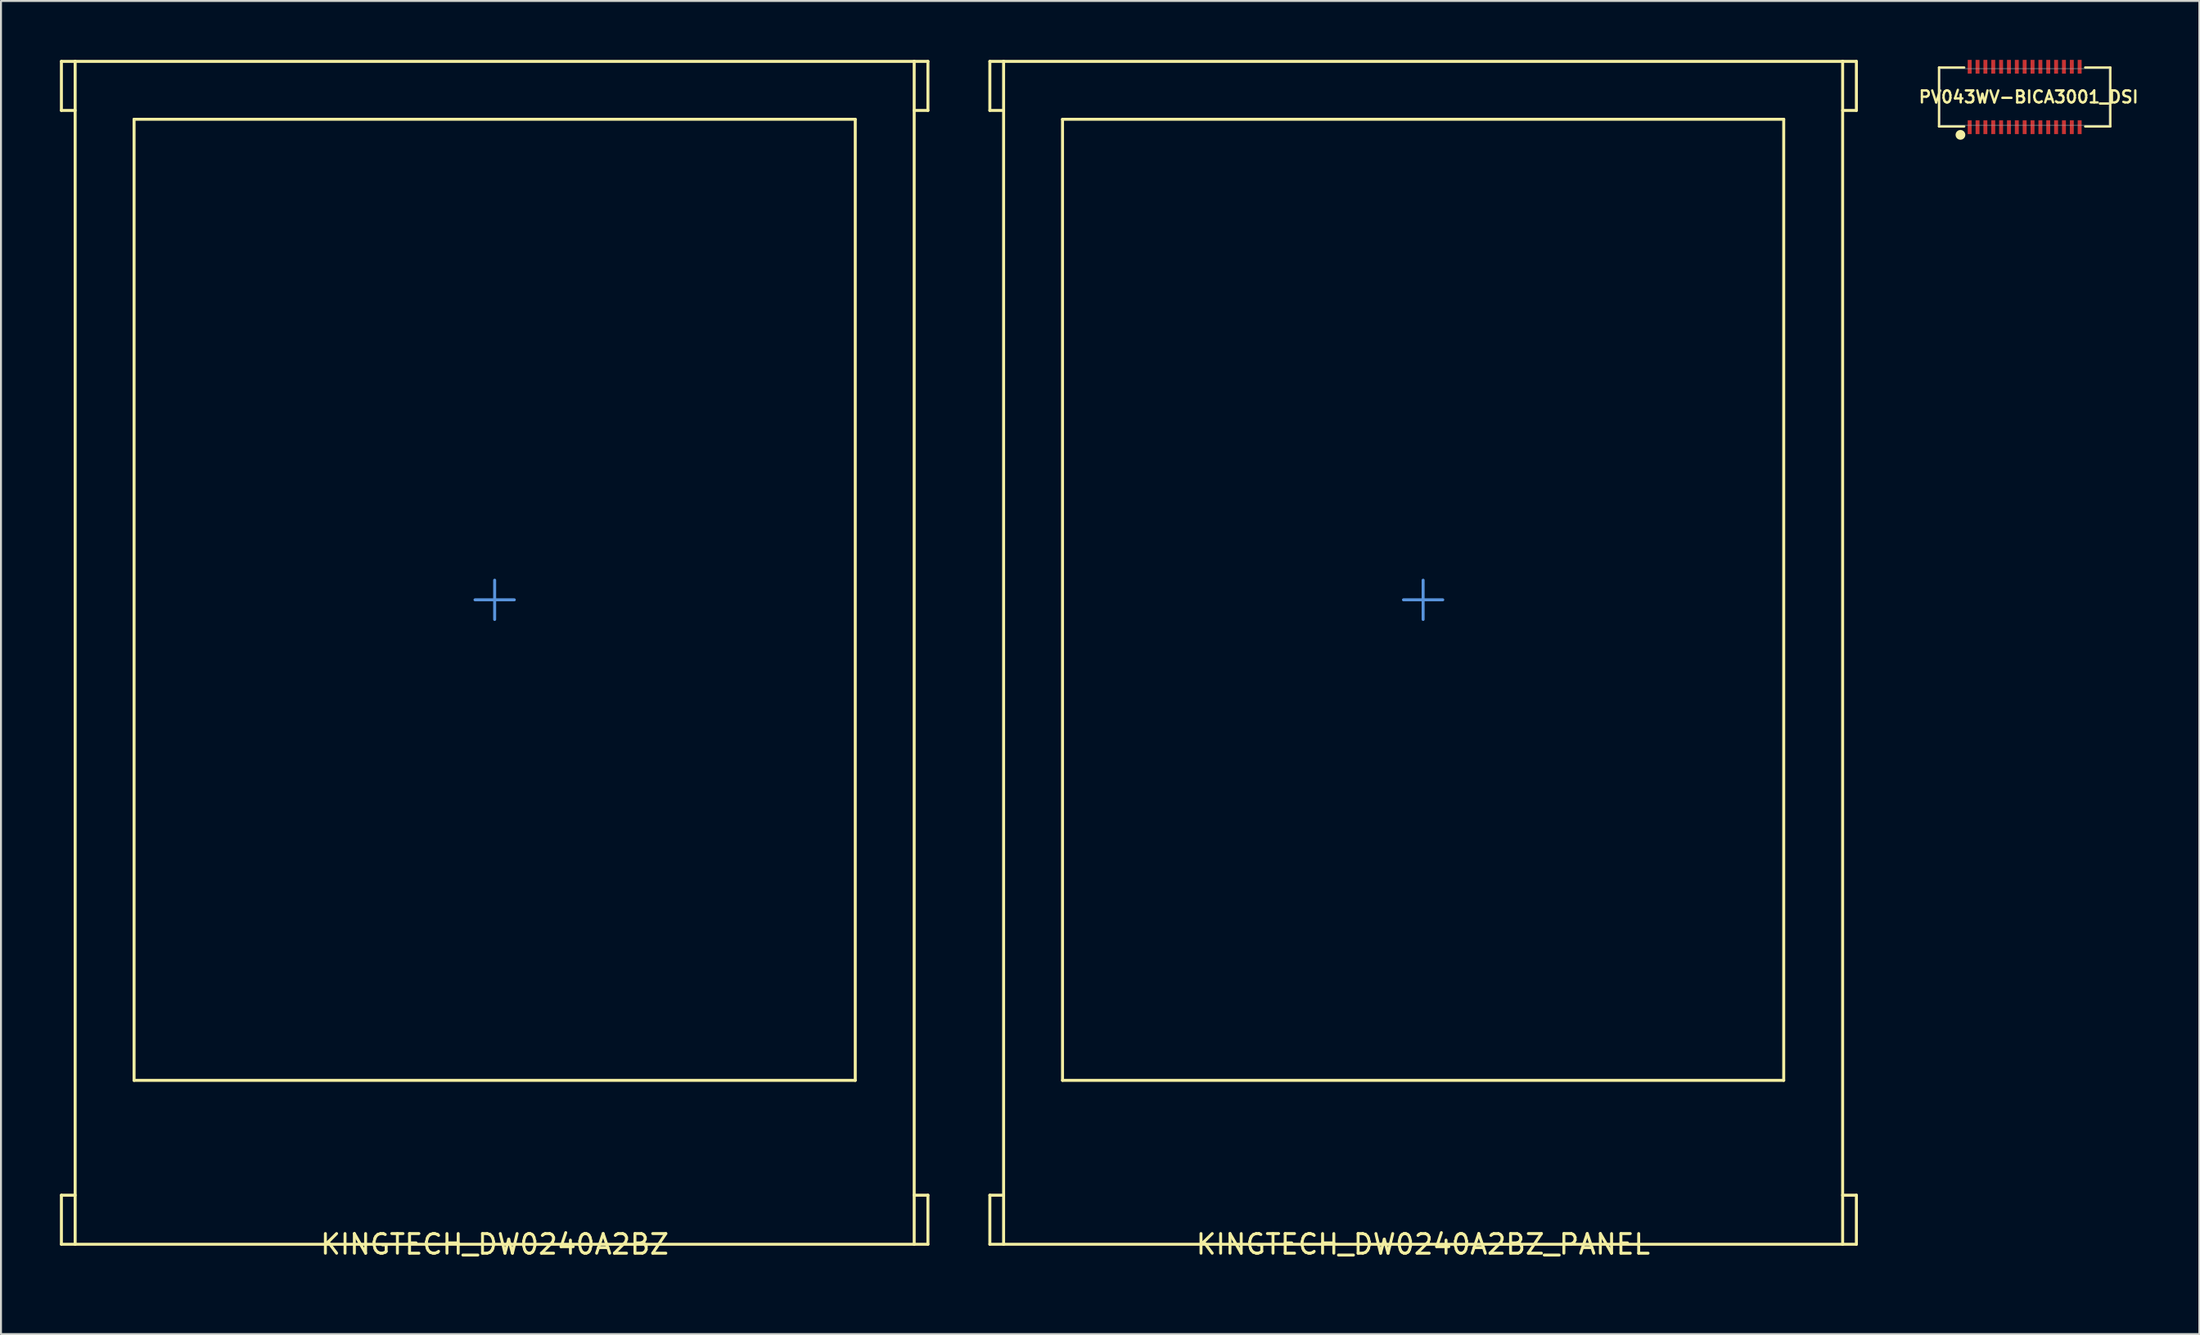
<source format=kicad_pcb>
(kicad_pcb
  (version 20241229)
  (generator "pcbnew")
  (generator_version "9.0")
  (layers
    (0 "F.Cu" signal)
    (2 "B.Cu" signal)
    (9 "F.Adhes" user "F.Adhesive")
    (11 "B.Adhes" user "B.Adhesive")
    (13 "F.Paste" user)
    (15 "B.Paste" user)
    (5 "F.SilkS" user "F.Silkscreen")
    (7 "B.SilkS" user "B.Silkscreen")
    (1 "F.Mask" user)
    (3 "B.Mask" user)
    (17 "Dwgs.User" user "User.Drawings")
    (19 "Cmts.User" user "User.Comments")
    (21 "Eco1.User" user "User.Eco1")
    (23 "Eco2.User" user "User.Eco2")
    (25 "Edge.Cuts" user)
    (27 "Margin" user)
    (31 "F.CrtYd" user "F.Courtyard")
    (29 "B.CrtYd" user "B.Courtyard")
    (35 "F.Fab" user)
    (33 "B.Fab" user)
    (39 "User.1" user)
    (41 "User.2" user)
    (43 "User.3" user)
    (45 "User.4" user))
  (footprint "KINGTECH_DW0240A2BZ"
    (layer "F.Cu")
    (at 22.136 60.336)
    (property "Reference" "KINGTECH_DW0240A2BZ" (at 0 0 0) (layer "F.SilkS") (effects (font (size 1 1) (thickness 0.15))))
    (attr through_hole)
    (fp_line (start -22.06 -60.26) (end -22.06 -57.76) (stroke (width 0.152) (type solid)) (layer "F.SilkS"))
    (fp_line (start -22.06 -57.76) (end -21.36 -57.76) (stroke (width 0.152) (type solid)) (layer "F.SilkS"))
    (fp_line (start -22.06 -2.5) (end -21.36 -2.5) (stroke (width 0.152) (type solid)) (layer "F.SilkS"))
    (fp_line (start -22.06 0) (end -22.06 -2.5) (stroke (width 0.152) (type solid)) (layer "F.SilkS"))
    (fp_line (start -21.36 -60.26) (end -22.06 -60.26) (stroke (width 0.152) (type solid)) (layer "F.SilkS"))
    (fp_line (start -21.36 -60.26) (end 21.36 -60.26) (stroke (width 0.152) (type solid)) (layer "F.SilkS"))
    (fp_line (start -21.36 0) (end -22.06 0) (stroke (width 0.152) (type solid)) (layer "F.SilkS"))
    (fp_line (start -21.36 0) (end -21.36 -60.26) (stroke (width 0.152) (type solid)) (layer "F.SilkS"))
    (fp_line (start -18.36 -57.31) (end 18.36 -57.31) (stroke (width 0.152) (type solid)) (layer "F.SilkS"))
    (fp_line (start -18.36 -8.35) (end -18.36 -57.31) (stroke (width 0.152) (type solid)) (layer "F.SilkS"))
    (fp_line (start 18.36 -57.31) (end 18.36 -8.35) (stroke (width 0.152) (type solid)) (layer "F.SilkS"))
    (fp_line (start 18.36 -8.35) (end -18.36 -8.35) (stroke (width 0.152) (type solid)) (layer "F.SilkS"))
    (fp_line (start 21.36 -60.26) (end 21.36 0) (stroke (width 0.152) (type solid)) (layer "F.SilkS"))
    (fp_line (start 21.36 -60.26) (end 22.06 -60.26) (stroke (width 0.152) (type solid)) (layer "F.SilkS"))
    (fp_line (start 21.36 0) (end -21.36 0) (stroke (width 0.152) (type solid)) (layer "F.SilkS"))
    (fp_line (start 21.36 0) (end 22.06 0) (stroke (width 0.152) (type solid)) (layer "F.SilkS"))
    (fp_line (start 22.06 -60.26) (end 22.06 -57.76) (stroke (width 0.152) (type solid)) (layer "F.SilkS"))
    (fp_line (start 22.06 -57.76) (end 21.36 -57.76) (stroke (width 0.152) (type solid)) (layer "F.SilkS"))
    (fp_line (start 22.06 -2.5) (end 21.36 -2.5) (stroke (width 0.152) (type solid)) (layer "F.SilkS"))
    (fp_line (start 22.06 0) (end 22.06 -2.5) (stroke (width 0.152) (type solid)) (layer "F.SilkS"))
    (fp_line (start -1 -32.83) (end 1 -32.83) (stroke (width 0.152) (type solid)) (layer "Cmts.User"))
    (fp_line (start 0 -31.83) (end 0 -33.83) (stroke (width 0.152) (type solid)) (layer "Cmts.User"))
    (fp_line (start -10.25 0) (end -10.25 1.5) (stroke (width 0.152) (type solid)) (layer "Eco1.User"))
    (fp_line (start 10.25 0) (end 10.25 1.5) (stroke (width 0.152) (type solid)) (layer "Eco1.User"))
    (fp_line (start -12.96 -10.72) (end -10.25 -13.39) (stroke (width 0.152) (type solid)) (layer "Eco2.User"))
    (fp_line (start -12.96 -0.5) (end -12.96 -10.72) (stroke (width 0.152) (type solid)) (layer "Eco2.User"))
    (fp_line (start -10.25 -22) (end -10.25 -13.39) (stroke (width 0.152) (type solid)) (layer "Eco2.User"))
    (fp_line (start -10.25 -18) (end 10.25 -18) (stroke (width 0.152) (type solid)) (layer "Eco2.User"))
    (fp_line (start -10.25 -0.5) (end -12.96 -0.5) (stroke (width 0.152) (type solid)) (layer "Eco2.User"))
    (fp_line (start 10.25 -22) (end -10.25 -22) (stroke (width 0.152) (type solid)) (layer "Eco2.User"))
    (fp_line (start 10.25 -12.5) (end 10.25 -22) (stroke (width 0.152) (type solid)) (layer "Eco2.User"))
    (fp_line (start 10.25 -0.5) (end 18.54 -0.5) (stroke (width 0.152) (type solid)) (layer "Eco2.User"))
    (fp_line (start 18.54 -12.5) (end 10.25 -12.5) (stroke (width 0.152) (type solid)) (layer "Eco2.User"))
    (fp_line (start 18.54 -0.5) (end 18.54 -12.5) (stroke (width 0.152) (type solid)) (layer "Eco2.User")))
  (footprint "KINGTECH_DW0240A2BZ_PANEL"
    (layer "F.Cu")
    (at 69.409 60.336)
    (property "Reference" "KINGTECH_DW0240A2BZ_PANEL" (at 0 0 0) (layer "F.SilkS") (effects (font (size 1 1) (thickness 0.15))))
    (attr through_hole)
    (fp_line (start -22.06 -60.26) (end -22.06 -57.76) (stroke (width 0.152) (type solid)) (layer "F.SilkS"))
    (fp_line (start -22.06 -57.76) (end -21.36 -57.76) (stroke (width 0.152) (type solid)) (layer "F.SilkS"))
    (fp_line (start -22.06 -2.5) (end -21.36 -2.5) (stroke (width 0.152) (type solid)) (layer "F.SilkS"))
    (fp_line (start -22.06 0) (end -22.06 -2.5) (stroke (width 0.152) (type solid)) (layer "F.SilkS"))
    (fp_line (start -21.36 -60.26) (end -22.06 -60.26) (stroke (width 0.152) (type solid)) (layer "F.SilkS"))
    (fp_line (start -21.36 -60.26) (end 21.36 -60.26) (stroke (width 0.152) (type solid)) (layer "F.SilkS"))
    (fp_line (start -21.36 0) (end -22.06 0) (stroke (width 0.152) (type solid)) (layer "F.SilkS"))
    (fp_line (start -21.36 0) (end -21.36 -60.26) (stroke (width 0.152) (type solid)) (layer "F.SilkS"))
    (fp_line (start -18.36 -57.31) (end 18.36 -57.31) (stroke (width 0.152) (type solid)) (layer "F.SilkS"))
    (fp_line (start -18.36 -8.35) (end -18.36 -57.31) (stroke (width 0.152) (type solid)) (layer "F.SilkS"))
    (fp_line (start 18.36 -57.31) (end 18.36 -8.35) (stroke (width 0.152) (type solid)) (layer "F.SilkS"))
    (fp_line (start 18.36 -8.35) (end -18.36 -8.35) (stroke (width 0.152) (type solid)) (layer "F.SilkS"))
    (fp_line (start 21.36 -60.26) (end 21.36 0) (stroke (width 0.152) (type solid)) (layer "F.SilkS"))
    (fp_line (start 21.36 -60.26) (end 22.06 -60.26) (stroke (width 0.152) (type solid)) (layer "F.SilkS"))
    (fp_line (start 21.36 0) (end -21.36 0) (stroke (width 0.152) (type solid)) (layer "F.SilkS"))
    (fp_line (start 21.36 0) (end 22.06 0) (stroke (width 0.152) (type solid)) (layer "F.SilkS"))
    (fp_line (start 22.06 -60.26) (end 22.06 -57.76) (stroke (width 0.152) (type solid)) (layer "F.SilkS"))
    (fp_line (start 22.06 -57.76) (end 21.36 -57.76) (stroke (width 0.152) (type solid)) (layer "F.SilkS"))
    (fp_line (start 22.06 -2.5) (end 21.36 -2.5) (stroke (width 0.152) (type solid)) (layer "F.SilkS"))
    (fp_line (start 22.06 0) (end 22.06 -2.5) (stroke (width 0.152) (type solid)) (layer "F.SilkS"))
    (fp_line (start -1 -32.83) (end 1 -32.83) (stroke (width 0.152) (type solid)) (layer "Cmts.User"))
    (fp_line (start 0 -31.83) (end 0 -33.83) (stroke (width 0.152) (type solid)) (layer "Cmts.User"))
    (fp_line (start -10.25 0) (end -10.25 1.5) (stroke (width 0.152) (type solid)) (layer "Eco1.User"))
    (fp_line (start 10.25 0) (end 10.25 1.5) (stroke (width 0.152) (type solid)) (layer "Eco1.User"))
    (fp_line (start -12.96 -10.72) (end -10.25 -13.39) (stroke (width 0.152) (type solid)) (layer "Eco2.User"))
    (fp_line (start -12.96 -0.5) (end -12.96 -10.72) (stroke (width 0.152) (type solid)) (layer "Eco2.User"))
    (fp_line (start -10.25 -22) (end -10.25 -13.39) (stroke (width 0.152) (type solid)) (layer "Eco2.User"))
    (fp_line (start -10.25 -18) (end 10.25 -18) (stroke (width 0.152) (type solid)) (layer "Eco2.User"))
    (fp_line (start -10.25 -0.5) (end -12.96 -0.5) (stroke (width 0.152) (type solid)) (layer "Eco2.User"))
    (fp_line (start 10.25 -22) (end -10.25 -22) (stroke (width 0.152) (type solid)) (layer "Eco2.User"))
    (fp_line (start 10.25 -12.5) (end 10.25 -22) (stroke (width 0.152) (type solid)) (layer "Eco2.User"))
    (fp_line (start 10.25 -0.5) (end 18.54 -0.5) (stroke (width 0.152) (type solid)) (layer "Eco2.User"))
    (fp_line (start 18.54 -12.5) (end 10.25 -12.5) (stroke (width 0.152) (type solid)) (layer "Eco2.User"))
    (fp_line (start 18.54 -0.5) (end 18.54 -12.5) (stroke (width 0.152) (type solid)) (layer "Eco2.User")))
  (footprint "PV043WV-BICA3001_DSI"
    (layer "F.Cu")
    (at 100.037 1.89)
    (property "Reference" "PV043WV-BICA3001_DSI" (at 0.2 0 0) (layer "F.SilkS") (effects (font (size 0.61 0.61) (thickness 0.12))))
    (attr through_hole)
    (fp_line (start -4.36 -1.5) (end -4.36 1.5) (stroke (width 0.12) (type solid)) (layer "F.SilkS"))
    (fp_line (start -4.36 1.5) (end -3.08 1.5) (stroke (width 0.12) (type solid)) (layer "F.SilkS"))
    (fp_line (start -3.08 -1.5) (end -4.36 -1.5) (stroke (width 0.12) (type solid)) (layer "F.SilkS"))
    (fp_line (start 3.08 -1.5) (end 4.36 -1.5) (stroke (width 0.12) (type solid)) (layer "F.SilkS"))
    (fp_line (start 4.36 -1.5) (end 4.36 1.5) (stroke (width 0.12) (type solid)) (layer "F.SilkS"))
    (fp_line (start 4.36 1.5) (end 3.08 1.5) (stroke (width 0.12) (type solid)) (layer "F.SilkS"))
    (fp_circle (center -3.27 1.93) (end -3.145 1.93) (stroke (width 0.25) (type solid)) (fill no) (layer "F.SilkS"))
    (fp_line (start -4.3 -1.44) (end -4.3 1.44) (stroke (width 0.025) (type solid)) (layer "F.Fab"))
    (fp_line (start -4.3 -1.44) (end 4.3 -1.44) (stroke (width 0.025) (type solid)) (layer "F.Fab"))
    (fp_line (start -4.3 1.44) (end 4.3 1.44) (stroke (width 0.025) (type solid)) (layer "F.Fab"))
    (fp_line (start 4.3 -1.44) (end 4.3 1.44) (stroke (width 0.025) (type solid)) (layer "F.Fab"))
    (pad "1" smd rect (at -2.8 1.54) (size 0.2 0.7) (layers "F.Cu" "F.Mask" "F.Paste"))
    (pad "2" smd rect (at -2.4 1.54) (size 0.2 0.7) (layers "F.Cu" "F.Mask" "F.Paste"))
    (pad "3" smd rect (at -2 1.54) (size 0.2 0.7) (layers "F.Cu" "F.Mask" "F.Paste"))
    (pad "4" smd rect (at -1.6 1.54) (size 0.2 0.7) (layers "F.Cu" "F.Mask" "F.Paste"))
    (pad "5" smd rect (at -1.2 1.54) (size 0.2 0.7) (layers "F.Cu" "F.Mask" "F.Paste"))
    (pad "6" smd rect (at -0.8 1.54) (size 0.2 0.7) (layers "F.Cu" "F.Mask" "F.Paste"))
    (pad "7" smd rect (at -0.4 1.54) (size 0.2 0.7) (layers "F.Cu" "F.Mask" "F.Paste"))
    (pad "8" smd rect (at 0 1.54) (size 0.2 0.7) (layers "F.Cu" "F.Mask" "F.Paste"))
    (pad "9" smd rect (at 0.4 1.54) (size 0.2 0.7) (layers "F.Cu" "F.Mask" "F.Paste"))
    (pad "10" smd rect (at 0.8 1.54) (size 0.2 0.7) (layers "F.Cu" "F.Mask" "F.Paste"))
    (pad "11" smd rect (at 1.2 1.54) (size 0.2 0.7) (layers "F.Cu" "F.Mask" "F.Paste"))
    (pad "12" smd rect (at 1.6 1.54) (size 0.2 0.7) (layers "F.Cu" "F.Mask" "F.Paste"))
    (pad "13" smd rect (at 2 1.54) (size 0.2 0.7) (layers "F.Cu" "F.Mask" "F.Paste"))
    (pad "14" smd rect (at 2.4 1.54) (size 0.2 0.7) (layers "F.Cu" "F.Mask" "F.Paste"))
    (pad "15" smd rect (at 2.8 1.54) (size 0.2 0.7) (layers "F.Cu" "F.Mask" "F.Paste"))
    (pad "16" smd rect (at 2.8 -1.54) (size 0.2 0.7) (layers "F.Cu" "F.Mask" "F.Paste"))
    (pad "17" smd rect (at 2.4 -1.54) (size 0.2 0.7) (layers "F.Cu" "F.Mask" "F.Paste"))
    (pad "18" smd rect (at 2 -1.54) (size 0.2 0.7) (layers "F.Cu" "F.Mask" "F.Paste"))
    (pad "19" smd rect (at 1.6 -1.54) (size 0.2 0.7) (layers "F.Cu" "F.Mask" "F.Paste"))
    (pad "20" smd rect (at 1.2 -1.54) (size 0.2 0.7) (layers "F.Cu" "F.Mask" "F.Paste"))
    (pad "21" smd rect (at 0.8 -1.54) (size 0.2 0.7) (layers "F.Cu" "F.Mask" "F.Paste"))
    (pad "22" smd rect (at 0.4 -1.54) (size 0.2 0.7) (layers "F.Cu" "F.Mask" "F.Paste"))
    (pad "23" smd rect (at 0 -1.54) (size 0.2 0.7) (layers "F.Cu" "F.Mask" "F.Paste"))
    (pad "24" smd rect (at -0.4 -1.54) (size 0.2 0.7) (layers "F.Cu" "F.Mask" "F.Paste"))
    (pad "25" smd rect (at -0.8 -1.54) (size 0.2 0.7) (layers "F.Cu" "F.Mask" "F.Paste"))
    (pad "26" smd rect (at -1.2 -1.54) (size 0.2 0.7) (layers "F.Cu" "F.Mask" "F.Paste"))
    (pad "27" smd rect (at -1.6 -1.54) (size 0.2 0.7) (layers "F.Cu" "F.Mask" "F.Paste"))
    (pad "28" smd rect (at -2 -1.54) (size 0.2 0.7) (layers "F.Cu" "F.Mask" "F.Paste"))
    (pad "29" smd rect (at -2.4 -1.54) (size 0.2 0.7) (layers "F.Cu" "F.Mask" "F.Paste"))
    (pad "30" smd rect (at -2.8 -1.54) (size 0.2 0.7) (layers "F.Cu" "F.Mask" "F.Paste")))
  (gr_rect
    (start -3 -3)
    (end 108.93 64.912)
    (stroke (width 0.1) (type default))
    (fill no)
    (layer "Edge.Cuts")))
</source>
